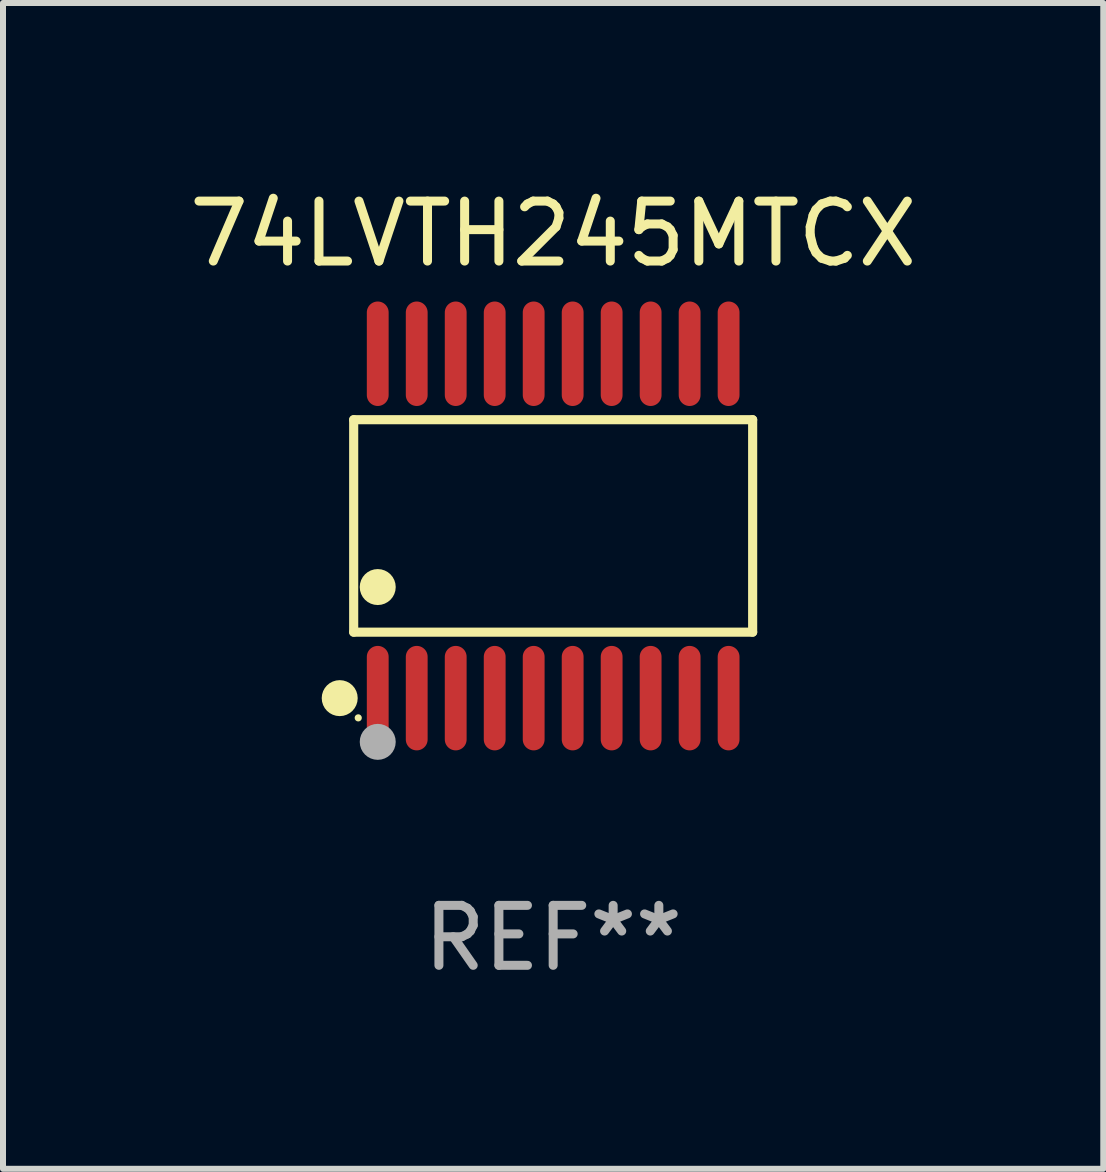
<source format=kicad_pcb>
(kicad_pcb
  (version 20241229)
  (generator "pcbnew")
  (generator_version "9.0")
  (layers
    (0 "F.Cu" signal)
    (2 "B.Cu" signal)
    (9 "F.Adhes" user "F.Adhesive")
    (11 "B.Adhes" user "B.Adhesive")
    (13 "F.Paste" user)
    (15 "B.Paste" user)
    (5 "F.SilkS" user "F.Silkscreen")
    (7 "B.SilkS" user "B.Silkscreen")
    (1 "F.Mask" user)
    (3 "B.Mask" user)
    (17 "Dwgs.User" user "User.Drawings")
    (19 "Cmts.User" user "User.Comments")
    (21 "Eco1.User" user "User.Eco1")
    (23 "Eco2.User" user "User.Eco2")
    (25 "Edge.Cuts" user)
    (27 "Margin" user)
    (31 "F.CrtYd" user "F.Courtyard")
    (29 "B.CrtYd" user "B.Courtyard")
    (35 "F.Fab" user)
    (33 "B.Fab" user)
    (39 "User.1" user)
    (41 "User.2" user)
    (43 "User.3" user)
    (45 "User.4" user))
  (footprint "74LVTH245MTCX"
    (layer "F.Cu")
    (at 6.173 5.719)
    (property "Reference" "74LVTH245MTCX" (at 0 -4.871 0) (layer "F.SilkS") (effects (font (size 1 1) (thickness 0.15))))
    (attr through_hole)
    (fp_line (start -3.326 -1.771) (end 3.326 -1.771) (stroke (width 0.152) (type solid)) (layer "F.SilkS"))
    (fp_line (start -3.326 1.771) (end -3.326 -1.771) (stroke (width 0.152) (type solid)) (layer "F.SilkS"))
    (fp_line (start 3.326 -1.771) (end 3.326 1.771) (stroke (width 0.152) (type solid)) (layer "F.SilkS"))
    (fp_line (start 3.326 1.771) (end -3.326 1.771) (stroke (width 0.152) (type solid)) (layer "F.SilkS"))
    (fp_circle (center -3.559 2.871) (end -3.409 2.871) (stroke (width 0.3) (type solid)) (fill no) (layer "F.SilkS"))
    (fp_circle (center -3.25 3.2) (end -3.22 3.2) (stroke (width 0.06) (type solid)) (fill no) (layer "F.SilkS"))
    (fp_circle (center -2.925 1.019) (end -2.775 1.019) (stroke (width 0.3) (type solid)) (fill no) (layer "F.SilkS"))
    (fp_circle (center -2.925 3.6) (end -2.775 3.6) (stroke (width 0.3) (type solid)) (fill no) (layer "F.Fab"))
    (fp_text user "REF**" (at 0 6.871 0) (layer "F.Fab") (effects (font (size 1 1) (thickness 0.15))))
    (pad "1" smd oval (at -2.925 2.871) (size 0.364 1.742) (layers "F.Cu" "F.Mask" "F.Paste"))
    (pad "2" smd oval (at -2.275 2.871) (size 0.364 1.742) (layers "F.Cu" "F.Mask" "F.Paste"))
    (pad "3" smd oval (at -1.625 2.871) (size 0.364 1.742) (layers "F.Cu" "F.Mask" "F.Paste"))
    (pad "4" smd oval (at -0.975 2.871) (size 0.364 1.742) (layers "F.Cu" "F.Mask" "F.Paste"))
    (pad "5" smd oval (at -0.325 2.871) (size 0.364 1.742) (layers "F.Cu" "F.Mask" "F.Paste"))
    (pad "6" smd oval (at 0.325 2.871) (size 0.364 1.742) (layers "F.Cu" "F.Mask" "F.Paste"))
    (pad "7" smd oval (at 0.975 2.871) (size 0.364 1.742) (layers "F.Cu" "F.Mask" "F.Paste"))
    (pad "8" smd oval (at 1.625 2.871) (size 0.364 1.742) (layers "F.Cu" "F.Mask" "F.Paste"))
    (pad "9" smd oval (at 2.275 2.871) (size 0.364 1.742) (layers "F.Cu" "F.Mask" "F.Paste"))
    (pad "10" smd oval (at 2.925 2.871) (size 0.364 1.742) (layers "F.Cu" "F.Mask" "F.Paste"))
    (pad "11" smd oval (at 2.925 -2.871) (size 0.364 1.742) (layers "F.Cu" "F.Mask" "F.Paste"))
    (pad "12" smd oval (at 2.275 -2.871) (size 0.364 1.742) (layers "F.Cu" "F.Mask" "F.Paste"))
    (pad "13" smd oval (at 1.625 -2.871) (size 0.364 1.742) (layers "F.Cu" "F.Mask" "F.Paste"))
    (pad "14" smd oval (at 0.975 -2.871) (size 0.364 1.742) (layers "F.Cu" "F.Mask" "F.Paste"))
    (pad "15" smd oval (at 0.325 -2.871) (size 0.364 1.742) (layers "F.Cu" "F.Mask" "F.Paste"))
    (pad "16" smd oval (at -0.325 -2.871) (size 0.364 1.742) (layers "F.Cu" "F.Mask" "F.Paste"))
    (pad "17" smd oval (at -0.975 -2.871) (size 0.364 1.742) (layers "F.Cu" "F.Mask" "F.Paste"))
    (pad "18" smd oval (at -1.625 -2.871) (size 0.364 1.742) (layers "F.Cu" "F.Mask" "F.Paste"))
    (pad "19" smd oval (at -2.275 -2.871) (size 0.364 1.742) (layers "F.Cu" "F.Mask" "F.Paste"))
    (pad "20" smd oval (at -2.925 -2.871) (size 0.364 1.742) (layers "F.Cu" "F.Mask" "F.Paste")))
  (gr_rect
    (start -3 -3)
    (end 15.345 16.438)
    (stroke (width 0.1) (type default))
    (fill no)
    (layer "Edge.Cuts")))
</source>
